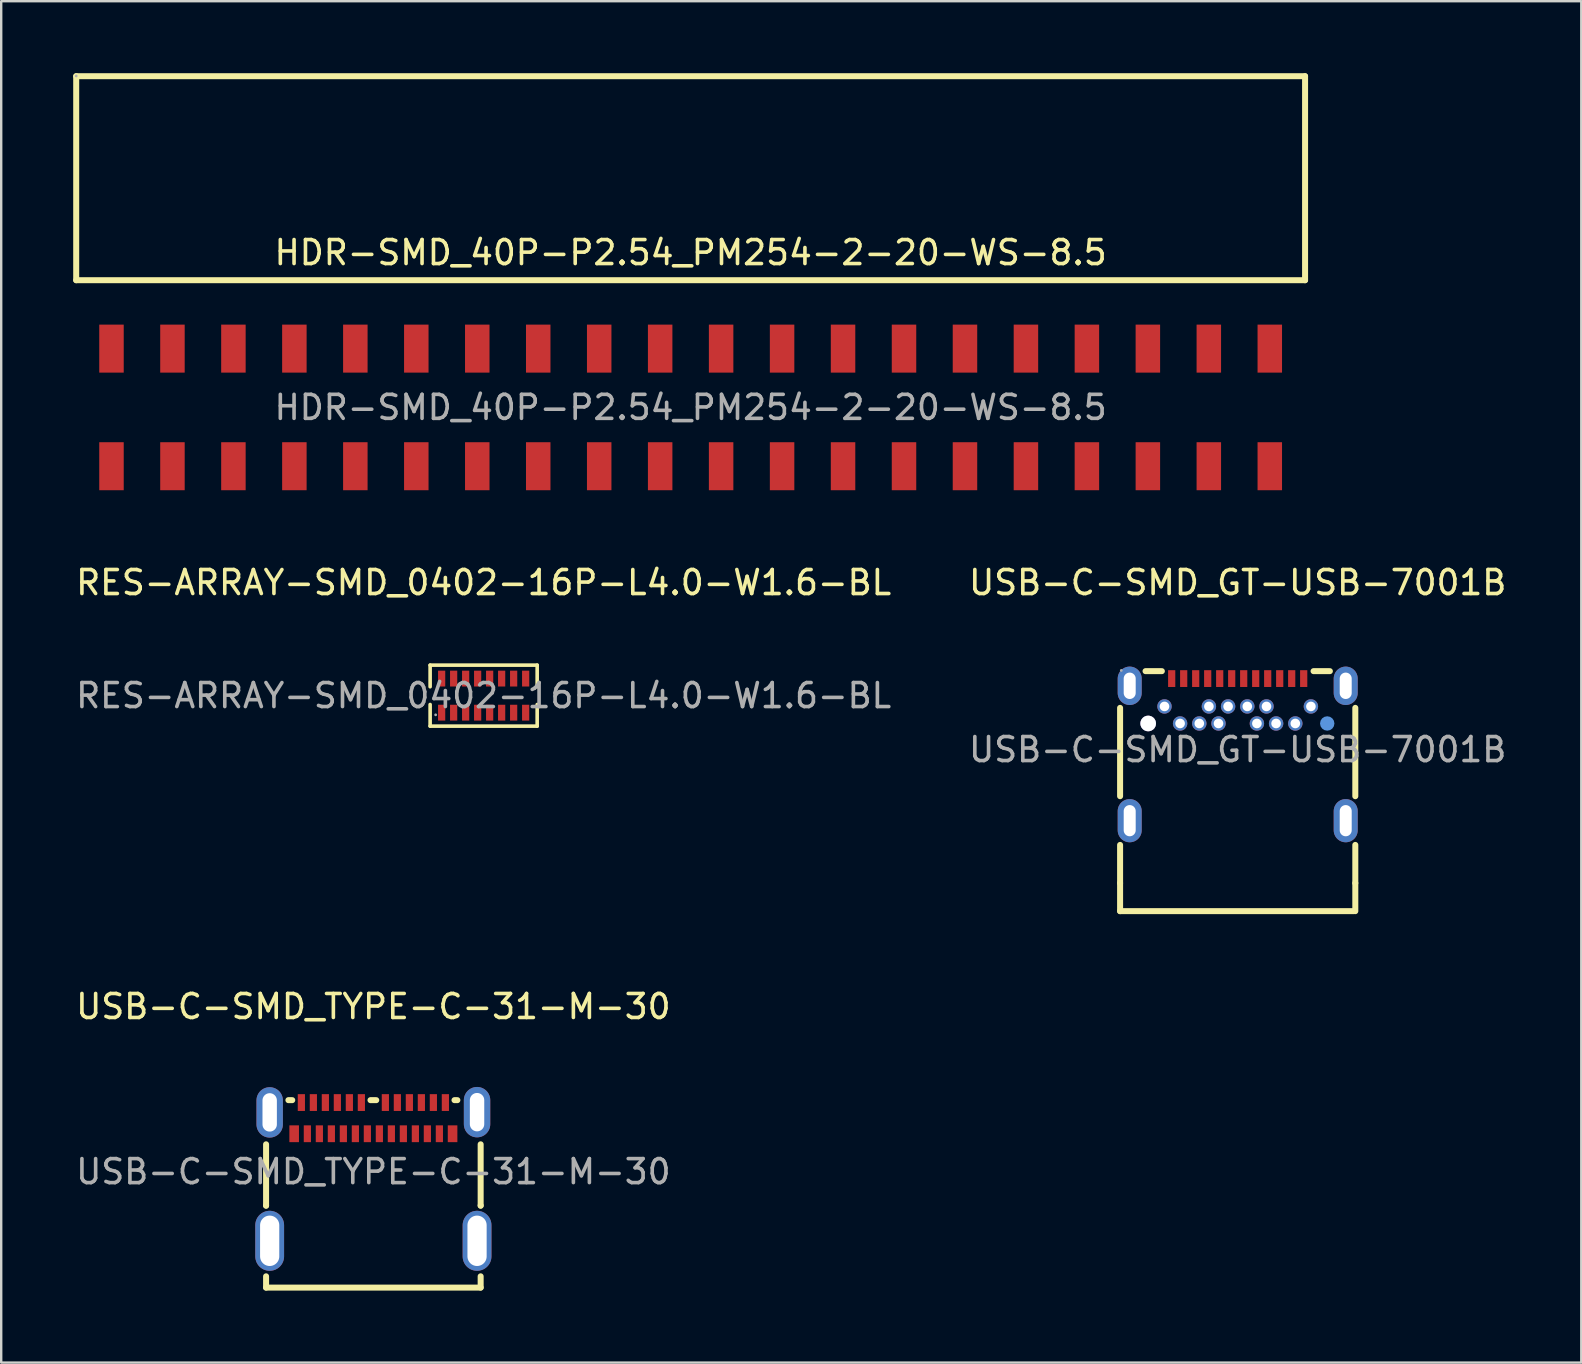
<source format=kicad_pcb>
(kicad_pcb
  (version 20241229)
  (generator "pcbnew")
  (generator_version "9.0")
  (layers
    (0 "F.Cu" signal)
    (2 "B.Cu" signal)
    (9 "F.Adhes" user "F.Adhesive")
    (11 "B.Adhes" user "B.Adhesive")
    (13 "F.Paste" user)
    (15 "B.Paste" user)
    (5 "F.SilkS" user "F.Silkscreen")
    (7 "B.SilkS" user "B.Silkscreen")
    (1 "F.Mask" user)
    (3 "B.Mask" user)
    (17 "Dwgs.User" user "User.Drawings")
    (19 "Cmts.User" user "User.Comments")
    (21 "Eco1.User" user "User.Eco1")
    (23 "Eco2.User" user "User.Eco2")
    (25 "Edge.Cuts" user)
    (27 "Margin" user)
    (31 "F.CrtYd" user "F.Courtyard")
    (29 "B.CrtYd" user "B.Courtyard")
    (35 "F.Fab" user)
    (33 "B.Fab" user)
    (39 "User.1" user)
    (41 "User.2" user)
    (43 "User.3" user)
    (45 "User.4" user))
  (footprint "RES-ARRAY-SMD_0402-16P-L4.0-W1.6-BL"
    (layer "F.Cu")
    (at 17.101 25.933)
    (property "Reference" "RES-ARRAY-SMD_0402-16P-L4.0-W1.6-BL" (at 0 -4.71 0) (layer "F.SilkS") (effects (font (size 1 1) (thickness 0.15))))
    (attr smd)
    (fp_line (start -2.23 -1.27) (end 2.23 -1.27) (stroke (width 0.15) (type solid)) (layer "F.SilkS"))
    (fp_line (start -2.23 -0.37) (end -2.23 -1.27) (stroke (width 0.15) (type solid)) (layer "F.SilkS"))
    (fp_line (start -2.23 0.37) (end -2.23 1.27) (stroke (width 0.15) (type solid)) (layer "F.SilkS"))
    (fp_line (start -2.23 1.27) (end 2.23 1.27) (stroke (width 0.15) (type solid)) (layer "F.SilkS"))
    (fp_line (start 2.23 -1.27) (end 2.23 -0.37) (stroke (width 0.15) (type solid)) (layer "F.SilkS"))
    (fp_line (start 2.23 1.27) (end 2.23 0.37) (stroke (width 0.15) (type solid)) (layer "F.SilkS"))
    (fp_circle (center -2 0.8) (end -1.97 0.8) (stroke (width 0.06) (type solid)) (fill no) (layer "F.Fab"))
    (fp_text user "${REFERENCE}" (at 0 0 0) (layer "F.Fab") (effects (font (size 1 1) (thickness 0.15))))
    (pad "1" smd rect (at -1.75 0.71) (size 0.3 0.66) (layers "F.Cu" "F.Mask" "F.Paste"))
    (pad "2" smd rect (at -1.25 0.71) (size 0.3 0.66) (layers "F.Cu" "F.Mask" "F.Paste"))
    (pad "3" smd rect (at -0.75 0.71) (size 0.3 0.66) (layers "F.Cu" "F.Mask" "F.Paste"))
    (pad "4" smd rect (at -0.25 0.71) (size 0.3 0.66) (layers "F.Cu" "F.Mask" "F.Paste"))
    (pad "5" smd rect (at 0.25 0.71) (size 0.3 0.66) (layers "F.Cu" "F.Mask" "F.Paste"))
    (pad "6" smd rect (at 0.75 0.71) (size 0.3 0.66) (layers "F.Cu" "F.Mask" "F.Paste"))
    (pad "7" smd rect (at 1.25 0.71) (size 0.3 0.66) (layers "F.Cu" "F.Mask" "F.Paste"))
    (pad "8" smd rect (at 1.75 0.71) (size 0.3 0.66) (layers "F.Cu" "F.Mask" "F.Paste"))
    (pad "9" smd rect (at 1.75 -0.71) (size 0.3 0.66) (layers "F.Cu" "F.Mask" "F.Paste"))
    (pad "10" smd rect (at 1.25 -0.71) (size 0.3 0.66) (layers "F.Cu" "F.Mask" "F.Paste"))
    (pad "11" smd rect (at 0.75 -0.71) (size 0.3 0.66) (layers "F.Cu" "F.Mask" "F.Paste"))
    (pad "12" smd rect (at 0.25 -0.71) (size 0.3 0.66) (layers "F.Cu" "F.Mask" "F.Paste"))
    (pad "13" smd rect (at -0.25 -0.71) (size 0.3 0.66) (layers "F.Cu" "F.Mask" "F.Paste"))
    (pad "14" smd rect (at -0.75 -0.71) (size 0.3 0.66) (layers "F.Cu" "F.Mask" "F.Paste"))
    (pad "15" smd rect (at -1.25 -0.71) (size 0.3 0.66) (layers "F.Cu" "F.Mask" "F.Paste"))
    (pad "16" smd rect (at -1.75 -0.71) (size 0.3 0.66) (layers "F.Cu" "F.Mask" "F.Paste")))
  (footprint "HDR-SMD_40P-P2.54_PM254-2-20-WS-8.5"
    (layer "F.Cu")
    (at 25.725 13.925)
    (property "Reference" "HDR-SMD_40P-P2.54_PM254-2-20-WS-8.5" (at 0 -6.45 0) (layer "F.SilkS") (effects (font (size 1 1) (thickness 0.15))))
    (attr through_hole)
    (fp_line (start -25.6 -13.8) (end 25.6 -13.8) (stroke (width 0.25) (type solid)) (layer "F.SilkS"))
    (fp_line (start -25.6 -5.3) (end -25.6 -13.8) (stroke (width 0.25) (type solid)) (layer "F.SilkS"))
    (fp_line (start 25.6 -13.8) (end 25.6 -5.3) (stroke (width 0.25) (type solid)) (layer "F.SilkS"))
    (fp_line (start 25.6 -5.3) (end -25.6 -5.3) (stroke (width 0.25) (type solid)) (layer "F.SilkS"))
    (fp_circle (center -25.6 -13.81) (end -25.57 -13.81) (stroke (width 0.06) (type solid)) (fill no) (layer "F.Fab"))
    (fp_text user "${REFERENCE}" (at 0 0 0) (layer "F.Fab") (effects (font (size 1 1) (thickness 0.15))))
    (pad "1" smd rect (at -24.13 -2.45) (size 1.02 2) (layers "F.Cu" "F.Mask" "F.Paste"))
    (pad "2" smd rect (at -21.59 -2.45) (size 1.02 2) (layers "F.Cu" "F.Mask" "F.Paste"))
    (pad "3" smd rect (at -19.05 -2.45) (size 1.02 2) (layers "F.Cu" "F.Mask" "F.Paste"))
    (pad "4" smd rect (at -16.51 -2.45) (size 1.02 2) (layers "F.Cu" "F.Mask" "F.Paste"))
    (pad "5" smd rect (at -13.97 -2.45) (size 1.02 2) (layers "F.Cu" "F.Mask" "F.Paste"))
    (pad "6" smd rect (at -11.43 -2.45) (size 1.02 2) (layers "F.Cu" "F.Mask" "F.Paste"))
    (pad "7" smd rect (at -8.89 -2.45) (size 1.02 2) (layers "F.Cu" "F.Mask" "F.Paste"))
    (pad "8" smd rect (at -6.35 -2.45) (size 1.02 2) (layers "F.Cu" "F.Mask" "F.Paste"))
    (pad "9" smd rect (at -3.81 -2.45) (size 1.02 2) (layers "F.Cu" "F.Mask" "F.Paste"))
    (pad "10" smd rect (at -1.27 -2.45) (size 1.02 2) (layers "F.Cu" "F.Mask" "F.Paste"))
    (pad "11" smd rect (at 1.27 -2.45) (size 1.02 2) (layers "F.Cu" "F.Mask" "F.Paste"))
    (pad "12" smd rect (at 3.81 -2.45) (size 1.02 2) (layers "F.Cu" "F.Mask" "F.Paste"))
    (pad "13" smd rect (at 6.35 -2.45) (size 1.02 2) (layers "F.Cu" "F.Mask" "F.Paste"))
    (pad "14" smd rect (at 8.89 -2.45) (size 1.02 2) (layers "F.Cu" "F.Mask" "F.Paste"))
    (pad "15" smd rect (at 11.43 -2.45) (size 1.02 2) (layers "F.Cu" "F.Mask" "F.Paste"))
    (pad "16" smd rect (at 13.97 -2.45) (size 1.02 2) (layers "F.Cu" "F.Mask" "F.Paste"))
    (pad "17" smd rect (at 16.51 -2.45) (size 1.02 2) (layers "F.Cu" "F.Mask" "F.Paste"))
    (pad "18" smd rect (at 19.05 -2.45) (size 1.02 2) (layers "F.Cu" "F.Mask" "F.Paste"))
    (pad "19" smd rect (at 21.59 -2.45) (size 1.02 2) (layers "F.Cu" "F.Mask" "F.Paste"))
    (pad "20" smd rect (at 24.13 -2.45) (size 1.02 2) (layers "F.Cu" "F.Mask" "F.Paste"))
    (pad "21" smd rect (at 24.13 2.45) (size 1.02 2) (layers "F.Cu" "F.Mask" "F.Paste"))
    (pad "22" smd rect (at 21.59 2.45) (size 1.02 2) (layers "F.Cu" "F.Mask" "F.Paste"))
    (pad "23" smd rect (at 19.05 2.45) (size 1.02 2) (layers "F.Cu" "F.Mask" "F.Paste"))
    (pad "24" smd rect (at 16.51 2.45) (size 1.02 2) (layers "F.Cu" "F.Mask" "F.Paste"))
    (pad "25" smd rect (at 13.97 2.45) (size 1.02 2) (layers "F.Cu" "F.Mask" "F.Paste"))
    (pad "26" smd rect (at 11.43 2.45) (size 1.02 2) (layers "F.Cu" "F.Mask" "F.Paste"))
    (pad "27" smd rect (at 8.89 2.45) (size 1.02 2) (layers "F.Cu" "F.Mask" "F.Paste"))
    (pad "28" smd rect (at 6.35 2.45) (size 1.02 2) (layers "F.Cu" "F.Mask" "F.Paste"))
    (pad "29" smd rect (at 3.81 2.45) (size 1.02 2) (layers "F.Cu" "F.Mask" "F.Paste"))
    (pad "30" smd rect (at 1.27 2.45) (size 1.02 2) (layers "F.Cu" "F.Mask" "F.Paste"))
    (pad "31" smd rect (at -1.27 2.45) (size 1.02 2) (layers "F.Cu" "F.Mask" "F.Paste"))
    (pad "32" smd rect (at -3.81 2.45) (size 1.02 2) (layers "F.Cu" "F.Mask" "F.Paste"))
    (pad "33" smd rect (at -6.35 2.45) (size 1.02 2) (layers "F.Cu" "F.Mask" "F.Paste"))
    (pad "34" smd rect (at -8.89 2.45) (size 1.02 2) (layers "F.Cu" "F.Mask" "F.Paste"))
    (pad "35" smd rect (at -11.43 2.45) (size 1.02 2) (layers "F.Cu" "F.Mask" "F.Paste"))
    (pad "36" smd rect (at -13.97 2.45) (size 1.02 2) (layers "F.Cu" "F.Mask" "F.Paste"))
    (pad "37" smd rect (at -16.51 2.45) (size 1.02 2) (layers "F.Cu" "F.Mask" "F.Paste"))
    (pad "38" smd rect (at -19.05 2.45) (size 1.02 2) (layers "F.Cu" "F.Mask" "F.Paste"))
    (pad "39" smd rect (at -21.59 2.45) (size 1.02 2) (layers "F.Cu" "F.Mask" "F.Paste"))
    (pad "40" smd rect (at -24.13 2.45) (size 1.02 2) (layers "F.Cu" "F.Mask" "F.Paste")))
  (footprint "USB-C-SMD_TYPE-C-31-M-30"
    (layer "F.Cu")
    (at 12.506 45.767)
    (property "Reference" "USB-C-SMD_TYPE-C-31-M-30" (at 0 -6.88 0) (layer "F.SilkS") (effects (font (size 1 1) (thickness 0.15))))
    (attr smd)
    (fp_line (start -4.47 1.41) (end -4.47 -1.14) (stroke (width 0.25) (type solid)) (layer "F.SilkS"))
    (fp_line (start -4.47 1.41) (end -4.47 1.42) (stroke (width 0.25) (type solid)) (layer "F.SilkS"))
    (fp_line (start -4.47 4.36) (end -4.47 4.83) (stroke (width 0.25) (type solid)) (layer "F.SilkS"))
    (fp_line (start -4.47 4.83) (end 4.47 4.83) (stroke (width 0.25) (type solid)) (layer "F.SilkS"))
    (fp_line (start -3.54 -2.98) (end -3.38 -2.98) (stroke (width 0.25) (type solid)) (layer "F.SilkS"))
    (fp_line (start -0.12 -2.98) (end 0.12 -2.98) (stroke (width 0.25) (type solid)) (layer "F.SilkS"))
    (fp_line (start 3.38 -2.98) (end 3.5 -2.98) (stroke (width 0.25) (type solid)) (layer "F.SilkS"))
    (fp_line (start 4.47 -1.14) (end 4.47 1.41) (stroke (width 0.25) (type solid)) (layer "F.SilkS"))
    (fp_line (start 4.47 1.42) (end 4.47 1.41) (stroke (width 0.25) (type solid)) (layer "F.SilkS"))
    (fp_line (start 4.47 4.83) (end 4.47 4.36) (stroke (width 0.25) (type solid)) (layer "F.SilkS"))
    (fp_circle (center -4.47 -3.06) (end -4.44 -3.06) (stroke (width 0.06) (type solid)) (fill no) (layer "F.Fab"))
    (fp_text user "${REFERENCE}" (at 0 0 0) (layer "F.Fab") (effects (font (size 1 1) (thickness 0.15))))
    (pad "25" thru_hole oval (at -4.32 -2.47) (size 1.1 2.1) (drill oval 0.6 1.6) (layers "*.Cu" "*.Mask"))
    (pad "25" thru_hole oval (at -4.32 2.88) (size 1.2 2.5) (drill oval 0.8 2.1) (layers "*.Cu" "*.Mask"))
    (pad "25" thru_hole oval (at 4.32 -2.48) (size 1.1 2.1) (drill oval 0.6 1.6) (layers "*.Cu" "*.Mask"))
    (pad "25" thru_hole oval (at 4.32 2.88) (size 1.2 2.5) (drill oval 0.8 2.1) (layers "*.Cu" "*.Mask"))
    (pad "A1" smd rect (at -3 -2.88) (size 0.3 0.7) (layers "F.Cu" "F.Mask" "F.Paste"))
    (pad "A2" smd rect (at -2.5 -2.88) (size 0.3 0.7) (layers "F.Cu" "F.Mask" "F.Paste"))
    (pad "A3" smd rect (at -2 -2.88) (size 0.3 0.7) (layers "F.Cu" "F.Mask" "F.Paste"))
    (pad "A4" smd rect (at -1.5 -2.88) (size 0.3 0.7) (layers "F.Cu" "F.Mask" "F.Paste"))
    (pad "A5" smd rect (at -1 -2.88) (size 0.3 0.7) (layers "F.Cu" "F.Mask" "F.Paste"))
    (pad "A6" smd rect (at -0.5 -2.88) (size 0.3 0.7) (layers "F.Cu" "F.Mask" "F.Paste"))
    (pad "A7" smd rect (at 0.5 -2.88) (size 0.3 0.7) (layers "F.Cu" "F.Mask" "F.Paste"))
    (pad "A8" smd rect (at 1 -2.88) (size 0.3 0.7) (layers "F.Cu" "F.Mask" "F.Paste"))
    (pad "A9" smd rect (at 1.5 -2.88) (size 0.3 0.7) (layers "F.Cu" "F.Mask" "F.Paste"))
    (pad "A10" smd rect (at 2 -2.88) (size 0.3 0.7) (layers "F.Cu" "F.Mask" "F.Paste"))
    (pad "A11" smd rect (at 2.5 -2.88) (size 0.3 0.7) (layers "F.Cu" "F.Mask" "F.Paste"))
    (pad "A12" smd rect (at 3 -2.88) (size 0.3 0.7) (layers "F.Cu" "F.Mask" "F.Paste"))
    (pad "B1" smd rect (at 3.3 -1.58) (size 0.4 0.7) (layers "F.Cu" "F.Mask" "F.Paste"))
    (pad "B2" smd rect (at 2.75 -1.58) (size 0.3 0.7) (layers "F.Cu" "F.Mask" "F.Paste"))
    (pad "B3" smd rect (at 2.25 -1.58) (size 0.3 0.7) (layers "F.Cu" "F.Mask" "F.Paste"))
    (pad "B4" smd rect (at 1.75 -1.58) (size 0.3 0.7) (layers "F.Cu" "F.Mask" "F.Paste"))
    (pad "B5" smd rect (at 1.25 -1.58) (size 0.3 0.7) (layers "F.Cu" "F.Mask" "F.Paste"))
    (pad "B6" smd rect (at 0.75 -1.58) (size 0.3 0.7) (layers "F.Cu" "F.Mask" "F.Paste"))
    (pad "B7" smd rect (at 0.25 -1.58) (size 0.3 0.7) (layers "F.Cu" "F.Mask" "F.Paste"))
    (pad "B8" smd rect (at -0.25 -1.58) (size 0.3 0.7) (layers "F.Cu" "F.Mask" "F.Paste"))
    (pad "B9" smd rect (at -0.75 -1.58) (size 0.3 0.7) (layers "F.Cu" "F.Mask" "F.Paste"))
    (pad "B10" smd rect (at -1.25 -1.58) (size 0.3 0.7) (layers "F.Cu" "F.Mask" "F.Paste"))
    (pad "B11" smd rect (at -1.75 -1.58) (size 0.3 0.7) (layers "F.Cu" "F.Mask" "F.Paste"))
    (pad "B12" smd rect (at -2.25 -1.58) (size 0.3 0.7) (layers "F.Cu" "F.Mask" "F.Paste"))
    (pad "B13" smd rect (at -2.75 -1.58) (size 0.3 0.7) (layers "F.Cu" "F.Mask" "F.Paste"))
    (pad "B14" smd rect (at -3.3 -1.58) (size 0.4 0.7) (layers "F.Cu" "F.Mask" "F.Paste")))
  (footprint "USB-C-SMD_GT-USB-7001B"
    (layer "F.Cu")
    (at 48.518 28.183)
    (property "Reference" "USB-C-SMD_GT-USB-7001B" (at 0 -6.96 0) (layer "F.SilkS") (effects (font (size 1 1) (thickness 0.15))))
    (attr smd)
    (fp_line (start -4.9 1.94) (end -4.9 -1.74) (stroke (width 0.25) (type solid)) (layer "F.SilkS"))
    (fp_line (start -4.9 5.56) (end -4.9 3.97) (stroke (width 0.25) (type solid)) (layer "F.SilkS"))
    (fp_line (start -4.9 5.56) (end -4.9 6.73) (stroke (width 0.25) (type solid)) (layer "F.SilkS"))
    (fp_line (start -4.9 6.73) (end 4.83 6.73) (stroke (width 0.25) (type solid)) (layer "F.SilkS"))
    (fp_line (start -3.84 -3.27) (end -3.16 -3.27) (stroke (width 0.25) (type solid)) (layer "F.SilkS"))
    (fp_line (start 3.16 -3.27) (end 3.84 -3.27) (stroke (width 0.25) (type solid)) (layer "F.SilkS"))
    (fp_line (start 4.9 1.94) (end 4.9 -1.74) (stroke (width 0.25) (type solid)) (layer "F.SilkS"))
    (fp_line (start 4.9 3.97) (end 4.9 5.56) (stroke (width 0.25) (type solid)) (layer "F.SilkS"))
    (fp_line (start 4.9 5.56) (end 4.9 6.73) (stroke (width 0.25) (type solid)) (layer "F.SilkS"))
    (fp_circle (center -3.73 -1.09) (end -3.58 -1.09) (stroke (width 0.3) (type solid)) (fill no) (layer "Cmts.User"))
    (fp_circle (center 3.73 -1.09) (end 3.88 -1.09) (stroke (width 0.3) (type solid)) (fill no) (layer "Cmts.User"))
    (fp_circle (center -4.85 -3.3) (end -4.82 -3.3) (stroke (width 0.06) (type solid)) (fill no) (layer "F.Fab"))
    (fp_text user "${REFERENCE}" (at 0 0 0) (layer "F.Fab") (effects (font (size 1 1) (thickness 0.15))))
    (pad "" thru_hole circle (at -3.73 -1.09) (size 0.65 0.65) (drill 0.65) (layers "*.Cu" "*.Mask"))
    (pad "25" thru_hole oval (at -4.5 -2.66) (size 1 1.6) (drill oval 0.5 1.1) (layers "*.Cu" "*.Mask"))
    (pad "26" thru_hole oval (at -4.5 2.96) (size 1 1.8) (drill oval 0.5 1.3) (layers "*.Cu" "*.Mask"))
    (pad "27" thru_hole oval (at 4.5 2.96) (size 1 1.8) (drill oval 0.5 1.3) (layers "*.Cu" "*.Mask"))
    (pad "28" thru_hole oval (at 4.5 -2.66) (size 1 1.6) (drill oval 0.5 1.1) (layers "*.Cu" "*.Mask"))
    (pad "A1" smd rect (at -2.75 -2.96) (size 0.3 0.7) (layers "F.Cu" "F.Mask" "F.Paste"))
    (pad "A2" smd rect (at -2.25 -2.96) (size 0.3 0.7) (layers "F.Cu" "F.Mask" "F.Paste"))
    (pad "A3" smd rect (at -1.75 -2.96) (size 0.3 0.7) (layers "F.Cu" "F.Mask" "F.Paste"))
    (pad "A4" smd rect (at -1.25 -2.96) (size 0.3 0.7) (layers "F.Cu" "F.Mask" "F.Paste"))
    (pad "A5" smd rect (at -0.75 -2.96) (size 0.3 0.7) (layers "F.Cu" "F.Mask" "F.Paste"))
    (pad "A6" smd rect (at -0.25 -2.96) (size 0.3 0.7) (layers "F.Cu" "F.Mask" "F.Paste"))
    (pad "A7" smd rect (at 0.25 -2.96) (size 0.3 0.7) (layers "F.Cu" "F.Mask" "F.Paste"))
    (pad "A8" smd rect (at 0.75 -2.96) (size 0.3 0.7) (layers "F.Cu" "F.Mask" "F.Paste"))
    (pad "A9" smd rect (at 1.25 -2.96) (size 0.3 0.7) (layers "F.Cu" "F.Mask" "F.Paste"))
    (pad "A10" smd rect (at 1.75 -2.96) (size 0.3 0.7) (layers "F.Cu" "F.Mask" "F.Paste"))
    (pad "A11" smd rect (at 2.25 -2.96) (size 0.3 0.7) (layers "F.Cu" "F.Mask" "F.Paste"))
    (pad "A12" smd rect (at 2.75 -2.96) (size 0.3 0.7) (layers "F.Cu" "F.Mask" "F.Paste"))
    (pad "B1" thru_hole circle (at 3.05 -1.8) (size 0.6 0.6) (drill 0.4) (layers "*.Cu" "*.Mask"))
    (pad "B2" thru_hole circle (at 2.4 -1.09) (size 0.6 0.6) (drill 0.4) (layers "*.Cu" "*.Mask"))
    (pad "B3" thru_hole circle (at 1.6 -1.09) (size 0.6 0.6) (drill 0.4) (layers "*.Cu" "*.Mask"))
    (pad "B4" thru_hole circle (at 1.2 -1.8) (size 0.6 0.6) (drill 0.4) (layers "*.Cu" "*.Mask"))
    (pad "B5" thru_hole circle (at 0.8 -1.09) (size 0.6 0.6) (drill 0.4) (layers "*.Cu" "*.Mask"))
    (pad "B6" thru_hole circle (at 0.4 -1.8) (size 0.6 0.6) (drill 0.4) (layers "*.Cu" "*.Mask"))
    (pad "B7" thru_hole circle (at -0.4 -1.8) (size 0.6 0.6) (drill 0.4) (layers "*.Cu" "*.Mask"))
    (pad "B8" thru_hole circle (at -0.8 -1.09) (size 0.6 0.6) (drill 0.4) (layers "*.Cu" "*.Mask"))
    (pad "B9" thru_hole circle (at -1.2 -1.8) (size 0.6 0.6) (drill 0.4) (layers "*.Cu" "*.Mask"))
    (pad "B10" thru_hole circle (at -1.6 -1.09) (size 0.6 0.6) (drill 0.4) (layers "*.Cu" "*.Mask"))
    (pad "B11" thru_hole circle (at -2.4 -1.09) (size 0.6 0.6) (drill 0.4) (layers "*.Cu" "*.Mask"))
    (pad "B12" thru_hole circle (at -3.05 -1.8) (size 0.6 0.6) (drill 0.4) (layers "*.Cu" "*.Mask")))
  (gr_rect
    (start -3 -3)
    (end 62.833 53.721)
    (stroke (width 0.1) (type default))
    (fill no)
    (layer "Edge.Cuts")))
</source>
